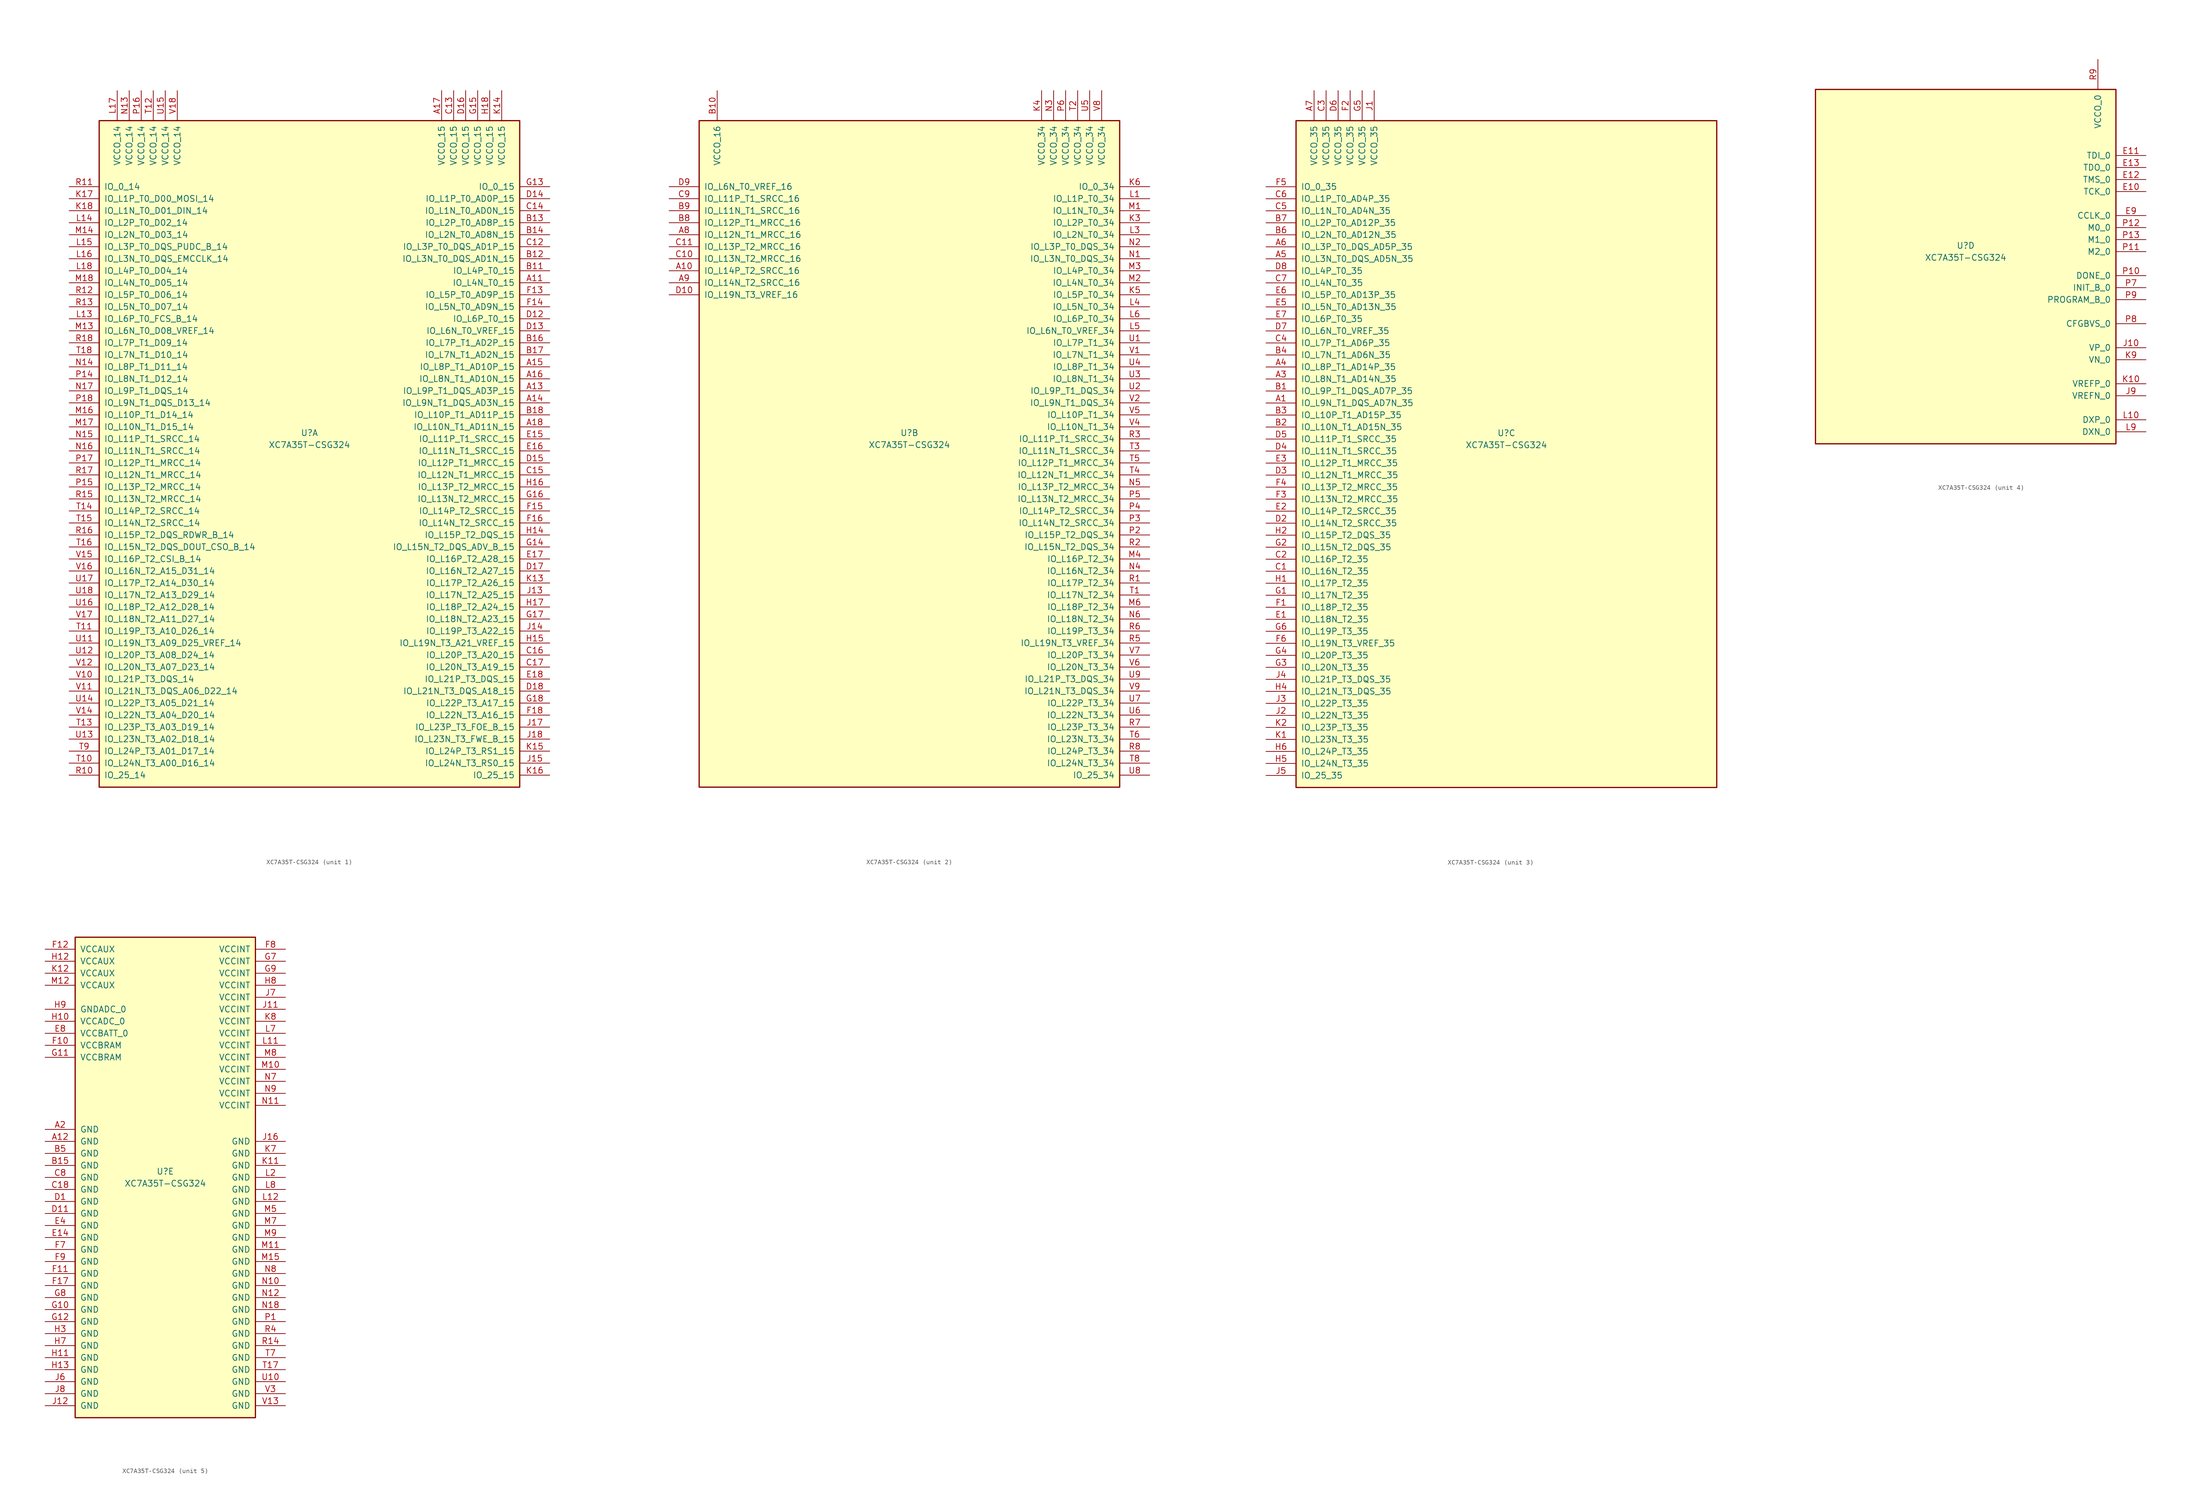
<source format=kicad_sym>
(kicad_symbol_lib
  (version 20231120)
  (generator "kicad_symbol_editor")
  (generator_version "8.0")
  (symbol "XC7A35T-CSG324"
    (pin_names
      (offset 1.016))
    (property "Reference" "U"
      (at 0 1.27 0)
      (effects (font (size 1.27 1.27))))
    (property "Value" "XC7A35T-CSG324"
      (at 0 -1.27 0)
      (effects (font (size 1.27 1.27))))
    (property "Datasheet" ""
      (at 0 0 0)
      (effects (font (size 1.27 1.27))))
    (property "ki_locked" ""
      (at 0 0 0)
      (effects (font (size 1.27 1.27))))
    (symbol "XC7A35T-CSG324_1_1"
      (rectangle (start -44.45 67.31) (end 44.45 -73.66) (stroke (width 0.254) (type solid)) (fill (type background)))
      (pin bidirectional line (at 50.8 33.02 180) (length 6.35) (name "IO_L4N_T0_15" (effects (font (size 1.27 1.27)))) (number "A11" (effects (font (size 1.27 1.27)))))
      (pin bidirectional line (at 50.8 10.16 180) (length 6.35) (name "IO_L9P_T1_DQS_AD3P_15" (effects (font (size 1.27 1.27)))) (number "A13" (effects (font (size 1.27 1.27)))))
      (pin bidirectional line (at 50.8 7.62 180) (length 6.35) (name "IO_L9N_T1_DQS_AD3N_15" (effects (font (size 1.27 1.27)))) (number "A14" (effects (font (size 1.27 1.27)))))
      (pin bidirectional line (at 50.8 15.24 180) (length 6.35) (name "IO_L8P_T1_AD10P_15" (effects (font (size 1.27 1.27)))) (number "A15" (effects (font (size 1.27 1.27)))))
      (pin bidirectional line (at 50.8 12.7 180) (length 6.35) (name "IO_L8N_T1_AD10N_15" (effects (font (size 1.27 1.27)))) (number "A16" (effects (font (size 1.27 1.27)))))
      (pin power_in line (at 27.94 73.66 270) (length 6.35) (name "VCCO_15" (effects (font (size 1.27 1.27)))) (number "A17" (effects (font (size 1.27 1.27)))))
      (pin bidirectional line (at 50.8 2.54 180) (length 6.35) (name "IO_L10N_T1_AD11N_15" (effects (font (size 1.27 1.27)))) (number "A18" (effects (font (size 1.27 1.27)))))
      (pin bidirectional line (at 50.8 35.56 180) (length 6.35) (name "IO_L4P_T0_15" (effects (font (size 1.27 1.27)))) (number "B11" (effects (font (size 1.27 1.27)))))
      (pin bidirectional line (at 50.8 38.1 180) (length 6.35) (name "IO_L3N_T0_DQS_AD1N_15" (effects (font (size 1.27 1.27)))) (number "B12" (effects (font (size 1.27 1.27)))))
      (pin bidirectional line (at 50.8 45.72 180) (length 6.35) (name "IO_L2P_T0_AD8P_15" (effects (font (size 1.27 1.27)))) (number "B13" (effects (font (size 1.27 1.27)))))
      (pin bidirectional line (at 50.8 43.18 180) (length 6.35) (name "IO_L2N_T0_AD8N_15" (effects (font (size 1.27 1.27)))) (number "B14" (effects (font (size 1.27 1.27)))))
      (pin bidirectional line (at 50.8 20.32 180) (length 6.35) (name "IO_L7P_T1_AD2P_15" (effects (font (size 1.27 1.27)))) (number "B16" (effects (font (size 1.27 1.27)))))
      (pin bidirectional line (at 50.8 17.78 180) (length 6.35) (name "IO_L7N_T1_AD2N_15" (effects (font (size 1.27 1.27)))) (number "B17" (effects (font (size 1.27 1.27)))))
      (pin bidirectional line (at 50.8 5.08 180) (length 6.35) (name "IO_L10P_T1_AD11P_15" (effects (font (size 1.27 1.27)))) (number "B18" (effects (font (size 1.27 1.27)))))
      (pin bidirectional line (at 50.8 40.64 180) (length 6.35) (name "IO_L3P_T0_DQS_AD1P_15" (effects (font (size 1.27 1.27)))) (number "C12" (effects (font (size 1.27 1.27)))))
      (pin power_in line (at 30.48 73.66 270) (length 6.35) (name "VCCO_15" (effects (font (size 1.27 1.27)))) (number "C13" (effects (font (size 1.27 1.27)))))
      (pin bidirectional line (at 50.8 48.26 180) (length 6.35) (name "IO_L1N_T0_AD0N_15" (effects (font (size 1.27 1.27)))) (number "C14" (effects (font (size 1.27 1.27)))))
      (pin bidirectional line (at 50.8 -7.62 180) (length 6.35) (name "IO_L12N_T1_MRCC_15" (effects (font (size 1.27 1.27)))) (number "C15" (effects (font (size 1.27 1.27)))))
      (pin bidirectional line (at 50.8 -45.72 180) (length 6.35) (name "IO_L20P_T3_A20_15" (effects (font (size 1.27 1.27)))) (number "C16" (effects (font (size 1.27 1.27)))))
      (pin bidirectional line (at 50.8 -48.26 180) (length 6.35) (name "IO_L20N_T3_A19_15" (effects (font (size 1.27 1.27)))) (number "C17" (effects (font (size 1.27 1.27)))))
      (pin bidirectional line (at 50.8 25.4 180) (length 6.35) (name "IO_L6P_T0_15" (effects (font (size 1.27 1.27)))) (number "D12" (effects (font (size 1.27 1.27)))))
      (pin bidirectional line (at 50.8 22.86 180) (length 6.35) (name "IO_L6N_T0_VREF_15" (effects (font (size 1.27 1.27)))) (number "D13" (effects (font (size 1.27 1.27)))))
      (pin bidirectional line (at 50.8 50.8 180) (length 6.35) (name "IO_L1P_T0_AD0P_15" (effects (font (size 1.27 1.27)))) (number "D14" (effects (font (size 1.27 1.27)))))
      (pin bidirectional line (at 50.8 -5.08 180) (length 6.35) (name "IO_L12P_T1_MRCC_15" (effects (font (size 1.27 1.27)))) (number "D15" (effects (font (size 1.27 1.27)))))
      (pin power_in line (at 33.02 73.66 270) (length 6.35) (name "VCCO_15" (effects (font (size 1.27 1.27)))) (number "D16" (effects (font (size 1.27 1.27)))))
      (pin bidirectional line (at 50.8 -27.94 180) (length 6.35) (name "IO_L16N_T2_A27_15" (effects (font (size 1.27 1.27)))) (number "D17" (effects (font (size 1.27 1.27)))))
      (pin bidirectional line (at 50.8 -53.34 180) (length 6.35) (name "IO_L21N_T3_DQS_A18_15" (effects (font (size 1.27 1.27)))) (number "D18" (effects (font (size 1.27 1.27)))))
      (pin bidirectional line (at 50.8 0 180) (length 6.35) (name "IO_L11P_T1_SRCC_15" (effects (font (size 1.27 1.27)))) (number "E15" (effects (font (size 1.27 1.27)))))
      (pin bidirectional line (at 50.8 -2.54 180) (length 6.35) (name "IO_L11N_T1_SRCC_15" (effects (font (size 1.27 1.27)))) (number "E16" (effects (font (size 1.27 1.27)))))
      (pin bidirectional line (at 50.8 -25.4 180) (length 6.35) (name "IO_L16P_T2_A28_15" (effects (font (size 1.27 1.27)))) (number "E17" (effects (font (size 1.27 1.27)))))
      (pin bidirectional line (at 50.8 -50.8 180) (length 6.35) (name "IO_L21P_T3_DQS_15" (effects (font (size 1.27 1.27)))) (number "E18" (effects (font (size 1.27 1.27)))))
      (pin bidirectional line (at 50.8 30.48 180) (length 6.35) (name "IO_L5P_T0_AD9P_15" (effects (font (size 1.27 1.27)))) (number "F13" (effects (font (size 1.27 1.27)))))
      (pin bidirectional line (at 50.8 27.94 180) (length 6.35) (name "IO_L5N_T0_AD9N_15" (effects (font (size 1.27 1.27)))) (number "F14" (effects (font (size 1.27 1.27)))))
      (pin bidirectional line (at 50.8 -15.24 180) (length 6.35) (name "IO_L14P_T2_SRCC_15" (effects (font (size 1.27 1.27)))) (number "F15" (effects (font (size 1.27 1.27)))))
      (pin bidirectional line (at 50.8 -17.78 180) (length 6.35) (name "IO_L14N_T2_SRCC_15" (effects (font (size 1.27 1.27)))) (number "F16" (effects (font (size 1.27 1.27)))))
      (pin bidirectional line (at 50.8 -58.42 180) (length 6.35) (name "IO_L22N_T3_A16_15" (effects (font (size 1.27 1.27)))) (number "F18" (effects (font (size 1.27 1.27)))))
      (pin bidirectional line (at 50.8 53.34 180) (length 6.35) (name "IO_0_15" (effects (font (size 1.27 1.27)))) (number "G13" (effects (font (size 1.27 1.27)))))
      (pin bidirectional line (at 50.8 -22.86 180) (length 6.35) (name "IO_L15N_T2_DQS_ADV_B_15" (effects (font (size 1.27 1.27)))) (number "G14" (effects (font (size 1.27 1.27)))))
      (pin power_in line (at 35.56 73.66 270) (length 6.35) (name "VCCO_15" (effects (font (size 1.27 1.27)))) (number "G15" (effects (font (size 1.27 1.27)))))
      (pin bidirectional line (at 50.8 -12.7 180) (length 6.35) (name "IO_L13N_T2_MRCC_15" (effects (font (size 1.27 1.27)))) (number "G16" (effects (font (size 1.27 1.27)))))
      (pin bidirectional line (at 50.8 -38.1 180) (length 6.35) (name "IO_L18N_T2_A23_15" (effects (font (size 1.27 1.27)))) (number "G17" (effects (font (size 1.27 1.27)))))
      (pin bidirectional line (at 50.8 -55.88 180) (length 6.35) (name "IO_L22P_T3_A17_15" (effects (font (size 1.27 1.27)))) (number "G18" (effects (font (size 1.27 1.27)))))
      (pin bidirectional line (at 50.8 -20.32 180) (length 6.35) (name "IO_L15P_T2_DQS_15" (effects (font (size 1.27 1.27)))) (number "H14" (effects (font (size 1.27 1.27)))))
      (pin bidirectional line (at 50.8 -43.18 180) (length 6.35) (name "IO_L19N_T3_A21_VREF_15" (effects (font (size 1.27 1.27)))) (number "H15" (effects (font (size 1.27 1.27)))))
      (pin bidirectional line (at 50.8 -10.16 180) (length 6.35) (name "IO_L13P_T2_MRCC_15" (effects (font (size 1.27 1.27)))) (number "H16" (effects (font (size 1.27 1.27)))))
      (pin bidirectional line (at 50.8 -35.56 180) (length 6.35) (name "IO_L18P_T2_A24_15" (effects (font (size 1.27 1.27)))) (number "H17" (effects (font (size 1.27 1.27)))))
      (pin power_in line (at 38.1 73.66 270) (length 6.35) (name "VCCO_15" (effects (font (size 1.27 1.27)))) (number "H18" (effects (font (size 1.27 1.27)))))
      (pin bidirectional line (at 50.8 -33.02 180) (length 6.35) (name "IO_L17N_T2_A25_15" (effects (font (size 1.27 1.27)))) (number "J13" (effects (font (size 1.27 1.27)))))
      (pin bidirectional line (at 50.8 -40.64 180) (length 6.35) (name "IO_L19P_T3_A22_15" (effects (font (size 1.27 1.27)))) (number "J14" (effects (font (size 1.27 1.27)))))
      (pin bidirectional line (at 50.8 -68.58 180) (length 6.35) (name "IO_L24N_T3_RS0_15" (effects (font (size 1.27 1.27)))) (number "J15" (effects (font (size 1.27 1.27)))))
      (pin bidirectional line (at 50.8 -60.96 180) (length 6.35) (name "IO_L23P_T3_FOE_B_15" (effects (font (size 1.27 1.27)))) (number "J17" (effects (font (size 1.27 1.27)))))
      (pin bidirectional line (at 50.8 -63.5 180) (length 6.35) (name "IO_L23N_T3_FWE_B_15" (effects (font (size 1.27 1.27)))) (number "J18" (effects (font (size 1.27 1.27)))))
      (pin bidirectional line (at 50.8 -30.48 180) (length 6.35) (name "IO_L17P_T2_A26_15" (effects (font (size 1.27 1.27)))) (number "K13" (effects (font (size 1.27 1.27)))))
      (pin power_in line (at 40.64 73.66 270) (length 6.35) (name "VCCO_15" (effects (font (size 1.27 1.27)))) (number "K14" (effects (font (size 1.27 1.27)))))
      (pin bidirectional line (at 50.8 -66.04 180) (length 6.35) (name "IO_L24P_T3_RS1_15" (effects (font (size 1.27 1.27)))) (number "K15" (effects (font (size 1.27 1.27)))))
      (pin bidirectional line (at 50.8 -71.12 180) (length 6.35) (name "IO_25_15" (effects (font (size 1.27 1.27)))) (number "K16" (effects (font (size 1.27 1.27)))))
      (pin bidirectional line (at -50.8 50.8 0) (length 6.35) (name "IO_L1P_T0_D00_MOSI_14" (effects (font (size 1.27 1.27)))) (number "K17" (effects (font (size 1.27 1.27)))))
      (pin bidirectional line (at -50.8 48.26 0) (length 6.35) (name "IO_L1N_T0_D01_DIN_14" (effects (font (size 1.27 1.27)))) (number "K18" (effects (font (size 1.27 1.27)))))
      (pin bidirectional line (at -50.8 25.4 0) (length 6.35) (name "IO_L6P_T0_FCS_B_14" (effects (font (size 1.27 1.27)))) (number "L13" (effects (font (size 1.27 1.27)))))
      (pin bidirectional line (at -50.8 45.72 0) (length 6.35) (name "IO_L2P_T0_D02_14" (effects (font (size 1.27 1.27)))) (number "L14" (effects (font (size 1.27 1.27)))))
      (pin bidirectional line (at -50.8 40.64 0) (length 6.35) (name "IO_L3P_T0_DQS_PUDC_B_14" (effects (font (size 1.27 1.27)))) (number "L15" (effects (font (size 1.27 1.27)))))
      (pin bidirectional line (at -50.8 38.1 0) (length 6.35) (name "IO_L3N_T0_DQS_EMCCLK_14" (effects (font (size 1.27 1.27)))) (number "L16" (effects (font (size 1.27 1.27)))))
      (pin power_in line (at -40.64 73.66 270) (length 6.35) (name "VCCO_14" (effects (font (size 1.27 1.27)))) (number "L17" (effects (font (size 1.27 1.27)))))
      (pin bidirectional line (at -50.8 35.56 0) (length 6.35) (name "IO_L4P_T0_D04_14" (effects (font (size 1.27 1.27)))) (number "L18" (effects (font (size 1.27 1.27)))))
      (pin bidirectional line (at -50.8 22.86 0) (length 6.35) (name "IO_L6N_T0_D08_VREF_14" (effects (font (size 1.27 1.27)))) (number "M13" (effects (font (size 1.27 1.27)))))
      (pin bidirectional line (at -50.8 43.18 0) (length 6.35) (name "IO_L2N_T0_D03_14" (effects (font (size 1.27 1.27)))) (number "M14" (effects (font (size 1.27 1.27)))))
      (pin bidirectional line (at -50.8 5.08 0) (length 6.35) (name "IO_L10P_T1_D14_14" (effects (font (size 1.27 1.27)))) (number "M16" (effects (font (size 1.27 1.27)))))
      (pin bidirectional line (at -50.8 2.54 0) (length 6.35) (name "IO_L10N_T1_D15_14" (effects (font (size 1.27 1.27)))) (number "M17" (effects (font (size 1.27 1.27)))))
      (pin bidirectional line (at -50.8 33.02 0) (length 6.35) (name "IO_L4N_T0_D05_14" (effects (font (size 1.27 1.27)))) (number "M18" (effects (font (size 1.27 1.27)))))
      (pin power_in line (at -38.1 73.66 270) (length 6.35) (name "VCCO_14" (effects (font (size 1.27 1.27)))) (number "N13" (effects (font (size 1.27 1.27)))))
      (pin bidirectional line (at -50.8 15.24 0) (length 6.35) (name "IO_L8P_T1_D11_14" (effects (font (size 1.27 1.27)))) (number "N14" (effects (font (size 1.27 1.27)))))
      (pin bidirectional line (at -50.8 0 0) (length 6.35) (name "IO_L11P_T1_SRCC_14" (effects (font (size 1.27 1.27)))) (number "N15" (effects (font (size 1.27 1.27)))))
      (pin bidirectional line (at -50.8 -2.54 0) (length 6.35) (name "IO_L11N_T1_SRCC_14" (effects (font (size 1.27 1.27)))) (number "N16" (effects (font (size 1.27 1.27)))))
      (pin bidirectional line (at -50.8 10.16 0) (length 6.35) (name "IO_L9P_T1_DQS_14" (effects (font (size 1.27 1.27)))) (number "N17" (effects (font (size 1.27 1.27)))))
      (pin bidirectional line (at -50.8 12.7 0) (length 6.35) (name "IO_L8N_T1_D12_14" (effects (font (size 1.27 1.27)))) (number "P14" (effects (font (size 1.27 1.27)))))
      (pin bidirectional line (at -50.8 -10.16 0) (length 6.35) (name "IO_L13P_T2_MRCC_14" (effects (font (size 1.27 1.27)))) (number "P15" (effects (font (size 1.27 1.27)))))
      (pin power_in line (at -35.56 73.66 270) (length 6.35) (name "VCCO_14" (effects (font (size 1.27 1.27)))) (number "P16" (effects (font (size 1.27 1.27)))))
      (pin bidirectional line (at -50.8 -5.08 0) (length 6.35) (name "IO_L12P_T1_MRCC_14" (effects (font (size 1.27 1.27)))) (number "P17" (effects (font (size 1.27 1.27)))))
      (pin bidirectional line (at -50.8 7.62 0) (length 6.35) (name "IO_L9N_T1_DQS_D13_14" (effects (font (size 1.27 1.27)))) (number "P18" (effects (font (size 1.27 1.27)))))
      (pin bidirectional line (at -50.8 -71.12 0) (length 6.35) (name "IO_25_14" (effects (font (size 1.27 1.27)))) (number "R10" (effects (font (size 1.27 1.27)))))
      (pin bidirectional line (at -50.8 53.34 0) (length 6.35) (name "IO_0_14" (effects (font (size 1.27 1.27)))) (number "R11" (effects (font (size 1.27 1.27)))))
      (pin bidirectional line (at -50.8 30.48 0) (length 6.35) (name "IO_L5P_T0_D06_14" (effects (font (size 1.27 1.27)))) (number "R12" (effects (font (size 1.27 1.27)))))
      (pin bidirectional line (at -50.8 27.94 0) (length 6.35) (name "IO_L5N_T0_D07_14" (effects (font (size 1.27 1.27)))) (number "R13" (effects (font (size 1.27 1.27)))))
      (pin bidirectional line (at -50.8 -12.7 0) (length 6.35) (name "IO_L13N_T2_MRCC_14" (effects (font (size 1.27 1.27)))) (number "R15" (effects (font (size 1.27 1.27)))))
      (pin bidirectional line (at -50.8 -20.32 0) (length 6.35) (name "IO_L15P_T2_DQS_RDWR_B_14" (effects (font (size 1.27 1.27)))) (number "R16" (effects (font (size 1.27 1.27)))))
      (pin bidirectional line (at -50.8 -7.62 0) (length 6.35) (name "IO_L12N_T1_MRCC_14" (effects (font (size 1.27 1.27)))) (number "R17" (effects (font (size 1.27 1.27)))))
      (pin bidirectional line (at -50.8 20.32 0) (length 6.35) (name "IO_L7P_T1_D09_14" (effects (font (size 1.27 1.27)))) (number "R18" (effects (font (size 1.27 1.27)))))
      (pin bidirectional line (at -50.8 -68.58 0) (length 6.35) (name "IO_L24N_T3_A00_D16_14" (effects (font (size 1.27 1.27)))) (number "T10" (effects (font (size 1.27 1.27)))))
      (pin bidirectional line (at -50.8 -40.64 0) (length 6.35) (name "IO_L19P_T3_A10_D26_14" (effects (font (size 1.27 1.27)))) (number "T11" (effects (font (size 1.27 1.27)))))
      (pin power_in line (at -33.02 73.66 270) (length 6.35) (name "VCCO_14" (effects (font (size 1.27 1.27)))) (number "T12" (effects (font (size 1.27 1.27)))))
      (pin bidirectional line (at -50.8 -60.96 0) (length 6.35) (name "IO_L23P_T3_A03_D19_14" (effects (font (size 1.27 1.27)))) (number "T13" (effects (font (size 1.27 1.27)))))
      (pin bidirectional line (at -50.8 -15.24 0) (length 6.35) (name "IO_L14P_T2_SRCC_14" (effects (font (size 1.27 1.27)))) (number "T14" (effects (font (size 1.27 1.27)))))
      (pin bidirectional line (at -50.8 -17.78 0) (length 6.35) (name "IO_L14N_T2_SRCC_14" (effects (font (size 1.27 1.27)))) (number "T15" (effects (font (size 1.27 1.27)))))
      (pin bidirectional line (at -50.8 -22.86 0) (length 6.35) (name "IO_L15N_T2_DQS_DOUT_CSO_B_14" (effects (font (size 1.27 1.27)))) (number "T16" (effects (font (size 1.27 1.27)))))
      (pin bidirectional line (at -50.8 17.78 0) (length 6.35) (name "IO_L7N_T1_D10_14" (effects (font (size 1.27 1.27)))) (number "T18" (effects (font (size 1.27 1.27)))))
      (pin bidirectional line (at -50.8 -66.04 0) (length 6.35) (name "IO_L24P_T3_A01_D17_14" (effects (font (size 1.27 1.27)))) (number "T9" (effects (font (size 1.27 1.27)))))
      (pin bidirectional line (at -50.8 -43.18 0) (length 6.35) (name "IO_L19N_T3_A09_D25_VREF_14" (effects (font (size 1.27 1.27)))) (number "U11" (effects (font (size 1.27 1.27)))))
      (pin bidirectional line (at -50.8 -45.72 0) (length 6.35) (name "IO_L20P_T3_A08_D24_14" (effects (font (size 1.27 1.27)))) (number "U12" (effects (font (size 1.27 1.27)))))
      (pin bidirectional line (at -50.8 -63.5 0) (length 6.35) (name "IO_L23N_T3_A02_D18_14" (effects (font (size 1.27 1.27)))) (number "U13" (effects (font (size 1.27 1.27)))))
      (pin bidirectional line (at -50.8 -55.88 0) (length 6.35) (name "IO_L22P_T3_A05_D21_14" (effects (font (size 1.27 1.27)))) (number "U14" (effects (font (size 1.27 1.27)))))
      (pin power_in line (at -30.48 73.66 270) (length 6.35) (name "VCCO_14" (effects (font (size 1.27 1.27)))) (number "U15" (effects (font (size 1.27 1.27)))))
      (pin bidirectional line (at -50.8 -35.56 0) (length 6.35) (name "IO_L18P_T2_A12_D28_14" (effects (font (size 1.27 1.27)))) (number "U16" (effects (font (size 1.27 1.27)))))
      (pin bidirectional line (at -50.8 -30.48 0) (length 6.35) (name "IO_L17P_T2_A14_D30_14" (effects (font (size 1.27 1.27)))) (number "U17" (effects (font (size 1.27 1.27)))))
      (pin bidirectional line (at -50.8 -33.02 0) (length 6.35) (name "IO_L17N_T2_A13_D29_14" (effects (font (size 1.27 1.27)))) (number "U18" (effects (font (size 1.27 1.27)))))
      (pin bidirectional line (at -50.8 -50.8 0) (length 6.35) (name "IO_L21P_T3_DQS_14" (effects (font (size 1.27 1.27)))) (number "V10" (effects (font (size 1.27 1.27)))))
      (pin bidirectional line (at -50.8 -53.34 0) (length 6.35) (name "IO_L21N_T3_DQS_A06_D22_14" (effects (font (size 1.27 1.27)))) (number "V11" (effects (font (size 1.27 1.27)))))
      (pin bidirectional line (at -50.8 -48.26 0) (length 6.35) (name "IO_L20N_T3_A07_D23_14" (effects (font (size 1.27 1.27)))) (number "V12" (effects (font (size 1.27 1.27)))))
      (pin bidirectional line (at -50.8 -58.42 0) (length 6.35) (name "IO_L22N_T3_A04_D20_14" (effects (font (size 1.27 1.27)))) (number "V14" (effects (font (size 1.27 1.27)))))
      (pin bidirectional line (at -50.8 -25.4 0) (length 6.35) (name "IO_L16P_T2_CSI_B_14" (effects (font (size 1.27 1.27)))) (number "V15" (effects (font (size 1.27 1.27)))))
      (pin bidirectional line (at -50.8 -27.94 0) (length 6.35) (name "IO_L16N_T2_A15_D31_14" (effects (font (size 1.27 1.27)))) (number "V16" (effects (font (size 1.27 1.27)))))
      (pin bidirectional line (at -50.8 -38.1 0) (length 6.35) (name "IO_L18N_T2_A11_D27_14" (effects (font (size 1.27 1.27)))) (number "V17" (effects (font (size 1.27 1.27)))))
      (pin power_in line (at -27.94 73.66 270) (length 6.35) (name "VCCO_14" (effects (font (size 1.27 1.27)))) (number "V18" (effects (font (size 1.27 1.27))))))
    (symbol "XC7A35T-CSG324_2_1"
      (rectangle (start -44.45 67.31) (end 44.45 -73.66) (stroke (width 0.254) (type solid)) (fill (type background)))
      (pin bidirectional line (at -50.8 35.56 0) (length 6.35) (name "IO_L14P_T2_SRCC_16" (effects (font (size 1.27 1.27)))) (number "A10" (effects (font (size 1.27 1.27)))))
      (pin bidirectional line (at -50.8 43.18 0) (length 6.35) (name "IO_L12N_T1_MRCC_16" (effects (font (size 1.27 1.27)))) (number "A8" (effects (font (size 1.27 1.27)))))
      (pin bidirectional line (at -50.8 33.02 0) (length 6.35) (name "IO_L14N_T2_SRCC_16" (effects (font (size 1.27 1.27)))) (number "A9" (effects (font (size 1.27 1.27)))))
      (pin power_in line (at -40.64 73.66 270) (length 6.35) (name "VCCO_16" (effects (font (size 1.27 1.27)))) (number "B10" (effects (font (size 1.27 1.27)))))
      (pin bidirectional line (at -50.8 45.72 0) (length 6.35) (name "IO_L12P_T1_MRCC_16" (effects (font (size 1.27 1.27)))) (number "B8" (effects (font (size 1.27 1.27)))))
      (pin bidirectional line (at -50.8 48.26 0) (length 6.35) (name "IO_L11N_T1_SRCC_16" (effects (font (size 1.27 1.27)))) (number "B9" (effects (font (size 1.27 1.27)))))
      (pin bidirectional line (at -50.8 38.1 0) (length 6.35) (name "IO_L13N_T2_MRCC_16" (effects (font (size 1.27 1.27)))) (number "C10" (effects (font (size 1.27 1.27)))))
      (pin bidirectional line (at -50.8 40.64 0) (length 6.35) (name "IO_L13P_T2_MRCC_16" (effects (font (size 1.27 1.27)))) (number "C11" (effects (font (size 1.27 1.27)))))
      (pin bidirectional line (at -50.8 50.8 0) (length 6.35) (name "IO_L11P_T1_SRCC_16" (effects (font (size 1.27 1.27)))) (number "C9" (effects (font (size 1.27 1.27)))))
      (pin bidirectional line (at -50.8 30.48 0) (length 6.35) (name "IO_L19N_T3_VREF_16" (effects (font (size 1.27 1.27)))) (number "D10" (effects (font (size 1.27 1.27)))))
      (pin bidirectional line (at -50.8 53.34 0) (length 6.35) (name "IO_L6N_T0_VREF_16" (effects (font (size 1.27 1.27)))) (number "D9" (effects (font (size 1.27 1.27)))))
      (pin bidirectional line (at 50.8 45.72 180) (length 6.35) (name "IO_L2P_T0_34" (effects (font (size 1.27 1.27)))) (number "K3" (effects (font (size 1.27 1.27)))))
      (pin power_in line (at 27.94 73.66 270) (length 6.35) (name "VCCO_34" (effects (font (size 1.27 1.27)))) (number "K4" (effects (font (size 1.27 1.27)))))
      (pin bidirectional line (at 50.8 30.48 180) (length 6.35) (name "IO_L5P_T0_34" (effects (font (size 1.27 1.27)))) (number "K5" (effects (font (size 1.27 1.27)))))
      (pin bidirectional line (at 50.8 53.34 180) (length 6.35) (name "IO_0_34" (effects (font (size 1.27 1.27)))) (number "K6" (effects (font (size 1.27 1.27)))))
      (pin bidirectional line (at 50.8 50.8 180) (length 6.35) (name "IO_L1P_T0_34" (effects (font (size 1.27 1.27)))) (number "L1" (effects (font (size 1.27 1.27)))))
      (pin bidirectional line (at 50.8 43.18 180) (length 6.35) (name "IO_L2N_T0_34" (effects (font (size 1.27 1.27)))) (number "L3" (effects (font (size 1.27 1.27)))))
      (pin bidirectional line (at 50.8 27.94 180) (length 6.35) (name "IO_L5N_T0_34" (effects (font (size 1.27 1.27)))) (number "L4" (effects (font (size 1.27 1.27)))))
      (pin bidirectional line (at 50.8 22.86 180) (length 6.35) (name "IO_L6N_T0_VREF_34" (effects (font (size 1.27 1.27)))) (number "L5" (effects (font (size 1.27 1.27)))))
      (pin bidirectional line (at 50.8 25.4 180) (length 6.35) (name "IO_L6P_T0_34" (effects (font (size 1.27 1.27)))) (number "L6" (effects (font (size 1.27 1.27)))))
      (pin bidirectional line (at 50.8 48.26 180) (length 6.35) (name "IO_L1N_T0_34" (effects (font (size 1.27 1.27)))) (number "M1" (effects (font (size 1.27 1.27)))))
      (pin bidirectional line (at 50.8 33.02 180) (length 6.35) (name "IO_L4N_T0_34" (effects (font (size 1.27 1.27)))) (number "M2" (effects (font (size 1.27 1.27)))))
      (pin bidirectional line (at 50.8 35.56 180) (length 6.35) (name "IO_L4P_T0_34" (effects (font (size 1.27 1.27)))) (number "M3" (effects (font (size 1.27 1.27)))))
      (pin bidirectional line (at 50.8 -25.4 180) (length 6.35) (name "IO_L16P_T2_34" (effects (font (size 1.27 1.27)))) (number "M4" (effects (font (size 1.27 1.27)))))
      (pin bidirectional line (at 50.8 -35.56 180) (length 6.35) (name "IO_L18P_T2_34" (effects (font (size 1.27 1.27)))) (number "M6" (effects (font (size 1.27 1.27)))))
      (pin bidirectional line (at 50.8 38.1 180) (length 6.35) (name "IO_L3N_T0_DQS_34" (effects (font (size 1.27 1.27)))) (number "N1" (effects (font (size 1.27 1.27)))))
      (pin bidirectional line (at 50.8 40.64 180) (length 6.35) (name "IO_L3P_T0_DQS_34" (effects (font (size 1.27 1.27)))) (number "N2" (effects (font (size 1.27 1.27)))))
      (pin power_in line (at 30.48 73.66 270) (length 6.35) (name "VCCO_34" (effects (font (size 1.27 1.27)))) (number "N3" (effects (font (size 1.27 1.27)))))
      (pin bidirectional line (at 50.8 -27.94 180) (length 6.35) (name "IO_L16N_T2_34" (effects (font (size 1.27 1.27)))) (number "N4" (effects (font (size 1.27 1.27)))))
      (pin bidirectional line (at 50.8 -10.16 180) (length 6.35) (name "IO_L13P_T2_MRCC_34" (effects (font (size 1.27 1.27)))) (number "N5" (effects (font (size 1.27 1.27)))))
      (pin bidirectional line (at 50.8 -38.1 180) (length 6.35) (name "IO_L18N_T2_34" (effects (font (size 1.27 1.27)))) (number "N6" (effects (font (size 1.27 1.27)))))
      (pin bidirectional line (at 50.8 -20.32 180) (length 6.35) (name "IO_L15P_T2_DQS_34" (effects (font (size 1.27 1.27)))) (number "P2" (effects (font (size 1.27 1.27)))))
      (pin bidirectional line (at 50.8 -17.78 180) (length 6.35) (name "IO_L14N_T2_SRCC_34" (effects (font (size 1.27 1.27)))) (number "P3" (effects (font (size 1.27 1.27)))))
      (pin bidirectional line (at 50.8 -15.24 180) (length 6.35) (name "IO_L14P_T2_SRCC_34" (effects (font (size 1.27 1.27)))) (number "P4" (effects (font (size 1.27 1.27)))))
      (pin bidirectional line (at 50.8 -12.7 180) (length 6.35) (name "IO_L13N_T2_MRCC_34" (effects (font (size 1.27 1.27)))) (number "P5" (effects (font (size 1.27 1.27)))))
      (pin power_in line (at 33.02 73.66 270) (length 6.35) (name "VCCO_34" (effects (font (size 1.27 1.27)))) (number "P6" (effects (font (size 1.27 1.27)))))
      (pin bidirectional line (at 50.8 -30.48 180) (length 6.35) (name "IO_L17P_T2_34" (effects (font (size 1.27 1.27)))) (number "R1" (effects (font (size 1.27 1.27)))))
      (pin bidirectional line (at 50.8 -22.86 180) (length 6.35) (name "IO_L15N_T2_DQS_34" (effects (font (size 1.27 1.27)))) (number "R2" (effects (font (size 1.27 1.27)))))
      (pin bidirectional line (at 50.8 0 180) (length 6.35) (name "IO_L11P_T1_SRCC_34" (effects (font (size 1.27 1.27)))) (number "R3" (effects (font (size 1.27 1.27)))))
      (pin bidirectional line (at 50.8 -43.18 180) (length 6.35) (name "IO_L19N_T3_VREF_34" (effects (font (size 1.27 1.27)))) (number "R5" (effects (font (size 1.27 1.27)))))
      (pin bidirectional line (at 50.8 -40.64 180) (length 6.35) (name "IO_L19P_T3_34" (effects (font (size 1.27 1.27)))) (number "R6" (effects (font (size 1.27 1.27)))))
      (pin bidirectional line (at 50.8 -60.96 180) (length 6.35) (name "IO_L23P_T3_34" (effects (font (size 1.27 1.27)))) (number "R7" (effects (font (size 1.27 1.27)))))
      (pin bidirectional line (at 50.8 -66.04 180) (length 6.35) (name "IO_L24P_T3_34" (effects (font (size 1.27 1.27)))) (number "R8" (effects (font (size 1.27 1.27)))))
      (pin bidirectional line (at 50.8 -33.02 180) (length 6.35) (name "IO_L17N_T2_34" (effects (font (size 1.27 1.27)))) (number "T1" (effects (font (size 1.27 1.27)))))
      (pin power_in line (at 35.56 73.66 270) (length 6.35) (name "VCCO_34" (effects (font (size 1.27 1.27)))) (number "T2" (effects (font (size 1.27 1.27)))))
      (pin bidirectional line (at 50.8 -2.54 180) (length 6.35) (name "IO_L11N_T1_SRCC_34" (effects (font (size 1.27 1.27)))) (number "T3" (effects (font (size 1.27 1.27)))))
      (pin bidirectional line (at 50.8 -7.62 180) (length 6.35) (name "IO_L12N_T1_MRCC_34" (effects (font (size 1.27 1.27)))) (number "T4" (effects (font (size 1.27 1.27)))))
      (pin bidirectional line (at 50.8 -5.08 180) (length 6.35) (name "IO_L12P_T1_MRCC_34" (effects (font (size 1.27 1.27)))) (number "T5" (effects (font (size 1.27 1.27)))))
      (pin bidirectional line (at 50.8 -63.5 180) (length 6.35) (name "IO_L23N_T3_34" (effects (font (size 1.27 1.27)))) (number "T6" (effects (font (size 1.27 1.27)))))
      (pin bidirectional line (at 50.8 -68.58 180) (length 6.35) (name "IO_L24N_T3_34" (effects (font (size 1.27 1.27)))) (number "T8" (effects (font (size 1.27 1.27)))))
      (pin bidirectional line (at 50.8 20.32 180) (length 6.35) (name "IO_L7P_T1_34" (effects (font (size 1.27 1.27)))) (number "U1" (effects (font (size 1.27 1.27)))))
      (pin bidirectional line (at 50.8 10.16 180) (length 6.35) (name "IO_L9P_T1_DQS_34" (effects (font (size 1.27 1.27)))) (number "U2" (effects (font (size 1.27 1.27)))))
      (pin bidirectional line (at 50.8 12.7 180) (length 6.35) (name "IO_L8N_T1_34" (effects (font (size 1.27 1.27)))) (number "U3" (effects (font (size 1.27 1.27)))))
      (pin bidirectional line (at 50.8 15.24 180) (length 6.35) (name "IO_L8P_T1_34" (effects (font (size 1.27 1.27)))) (number "U4" (effects (font (size 1.27 1.27)))))
      (pin power_in line (at 38.1 73.66 270) (length 6.35) (name "VCCO_34" (effects (font (size 1.27 1.27)))) (number "U5" (effects (font (size 1.27 1.27)))))
      (pin bidirectional line (at 50.8 -58.42 180) (length 6.35) (name "IO_L22N_T3_34" (effects (font (size 1.27 1.27)))) (number "U6" (effects (font (size 1.27 1.27)))))
      (pin bidirectional line (at 50.8 -55.88 180) (length 6.35) (name "IO_L22P_T3_34" (effects (font (size 1.27 1.27)))) (number "U7" (effects (font (size 1.27 1.27)))))
      (pin bidirectional line (at 50.8 -71.12 180) (length 6.35) (name "IO_25_34" (effects (font (size 1.27 1.27)))) (number "U8" (effects (font (size 1.27 1.27)))))
      (pin bidirectional line (at 50.8 -50.8 180) (length 6.35) (name "IO_L21P_T3_DQS_34" (effects (font (size 1.27 1.27)))) (number "U9" (effects (font (size 1.27 1.27)))))
      (pin bidirectional line (at 50.8 17.78 180) (length 6.35) (name "IO_L7N_T1_34" (effects (font (size 1.27 1.27)))) (number "V1" (effects (font (size 1.27 1.27)))))
      (pin bidirectional line (at 50.8 7.62 180) (length 6.35) (name "IO_L9N_T1_DQS_34" (effects (font (size 1.27 1.27)))) (number "V2" (effects (font (size 1.27 1.27)))))
      (pin bidirectional line (at 50.8 2.54 180) (length 6.35) (name "IO_L10N_T1_34" (effects (font (size 1.27 1.27)))) (number "V4" (effects (font (size 1.27 1.27)))))
      (pin bidirectional line (at 50.8 5.08 180) (length 6.35) (name "IO_L10P_T1_34" (effects (font (size 1.27 1.27)))) (number "V5" (effects (font (size 1.27 1.27)))))
      (pin bidirectional line (at 50.8 -48.26 180) (length 6.35) (name "IO_L20N_T3_34" (effects (font (size 1.27 1.27)))) (number "V6" (effects (font (size 1.27 1.27)))))
      (pin bidirectional line (at 50.8 -45.72 180) (length 6.35) (name "IO_L20P_T3_34" (effects (font (size 1.27 1.27)))) (number "V7" (effects (font (size 1.27 1.27)))))
      (pin power_in line (at 40.64 73.66 270) (length 6.35) (name "VCCO_34" (effects (font (size 1.27 1.27)))) (number "V8" (effects (font (size 1.27 1.27)))))
      (pin bidirectional line (at 50.8 -53.34 180) (length 6.35) (name "IO_L21N_T3_DQS_34" (effects (font (size 1.27 1.27)))) (number "V9" (effects (font (size 1.27 1.27))))))
    (symbol "XC7A35T-CSG324_3_1"
      (rectangle (start -44.45 67.31) (end 44.45 -73.66) (stroke (width 0.254) (type solid)) (fill (type background)))
      (pin bidirectional line (at -50.8 7.62 0) (length 6.35) (name "IO_L9N_T1_DQS_AD7N_35" (effects (font (size 1.27 1.27)))) (number "A1" (effects (font (size 1.27 1.27)))))
      (pin bidirectional line (at -50.8 12.7 0) (length 6.35) (name "IO_L8N_T1_AD14N_35" (effects (font (size 1.27 1.27)))) (number "A3" (effects (font (size 1.27 1.27)))))
      (pin bidirectional line (at -50.8 15.24 0) (length 6.35) (name "IO_L8P_T1_AD14P_35" (effects (font (size 1.27 1.27)))) (number "A4" (effects (font (size 1.27 1.27)))))
      (pin bidirectional line (at -50.8 38.1 0) (length 6.35) (name "IO_L3N_T0_DQS_AD5N_35" (effects (font (size 1.27 1.27)))) (number "A5" (effects (font (size 1.27 1.27)))))
      (pin bidirectional line (at -50.8 40.64 0) (length 6.35) (name "IO_L3P_T0_DQS_AD5P_35" (effects (font (size 1.27 1.27)))) (number "A6" (effects (font (size 1.27 1.27)))))
      (pin power_in line (at -40.64 73.66 270) (length 6.35) (name "VCCO_35" (effects (font (size 1.27 1.27)))) (number "A7" (effects (font (size 1.27 1.27)))))
      (pin bidirectional line (at -50.8 10.16 0) (length 6.35) (name "IO_L9P_T1_DQS_AD7P_35" (effects (font (size 1.27 1.27)))) (number "B1" (effects (font (size 1.27 1.27)))))
      (pin bidirectional line (at -50.8 2.54 0) (length 6.35) (name "IO_L10N_T1_AD15N_35" (effects (font (size 1.27 1.27)))) (number "B2" (effects (font (size 1.27 1.27)))))
      (pin bidirectional line (at -50.8 5.08 0) (length 6.35) (name "IO_L10P_T1_AD15P_35" (effects (font (size 1.27 1.27)))) (number "B3" (effects (font (size 1.27 1.27)))))
      (pin bidirectional line (at -50.8 17.78 0) (length 6.35) (name "IO_L7N_T1_AD6N_35" (effects (font (size 1.27 1.27)))) (number "B4" (effects (font (size 1.27 1.27)))))
      (pin bidirectional line (at -50.8 43.18 0) (length 6.35) (name "IO_L2N_T0_AD12N_35" (effects (font (size 1.27 1.27)))) (number "B6" (effects (font (size 1.27 1.27)))))
      (pin bidirectional line (at -50.8 45.72 0) (length 6.35) (name "IO_L2P_T0_AD12P_35" (effects (font (size 1.27 1.27)))) (number "B7" (effects (font (size 1.27 1.27)))))
      (pin bidirectional line (at -50.8 -27.94 0) (length 6.35) (name "IO_L16N_T2_35" (effects (font (size 1.27 1.27)))) (number "C1" (effects (font (size 1.27 1.27)))))
      (pin bidirectional line (at -50.8 -25.4 0) (length 6.35) (name "IO_L16P_T2_35" (effects (font (size 1.27 1.27)))) (number "C2" (effects (font (size 1.27 1.27)))))
      (pin power_in line (at -38.1 73.66 270) (length 6.35) (name "VCCO_35" (effects (font (size 1.27 1.27)))) (number "C3" (effects (font (size 1.27 1.27)))))
      (pin bidirectional line (at -50.8 20.32 0) (length 6.35) (name "IO_L7P_T1_AD6P_35" (effects (font (size 1.27 1.27)))) (number "C4" (effects (font (size 1.27 1.27)))))
      (pin bidirectional line (at -50.8 48.26 0) (length 6.35) (name "IO_L1N_T0_AD4N_35" (effects (font (size 1.27 1.27)))) (number "C5" (effects (font (size 1.27 1.27)))))
      (pin bidirectional line (at -50.8 50.8 0) (length 6.35) (name "IO_L1P_T0_AD4P_35" (effects (font (size 1.27 1.27)))) (number "C6" (effects (font (size 1.27 1.27)))))
      (pin bidirectional line (at -50.8 33.02 0) (length 6.35) (name "IO_L4N_T0_35" (effects (font (size 1.27 1.27)))) (number "C7" (effects (font (size 1.27 1.27)))))
      (pin bidirectional line (at -50.8 -17.78 0) (length 6.35) (name "IO_L14N_T2_SRCC_35" (effects (font (size 1.27 1.27)))) (number "D2" (effects (font (size 1.27 1.27)))))
      (pin bidirectional line (at -50.8 -7.62 0) (length 6.35) (name "IO_L12N_T1_MRCC_35" (effects (font (size 1.27 1.27)))) (number "D3" (effects (font (size 1.27 1.27)))))
      (pin bidirectional line (at -50.8 -2.54 0) (length 6.35) (name "IO_L11N_T1_SRCC_35" (effects (font (size 1.27 1.27)))) (number "D4" (effects (font (size 1.27 1.27)))))
      (pin bidirectional line (at -50.8 0 0) (length 6.35) (name "IO_L11P_T1_SRCC_35" (effects (font (size 1.27 1.27)))) (number "D5" (effects (font (size 1.27 1.27)))))
      (pin power_in line (at -35.56 73.66 270) (length 6.35) (name "VCCO_35" (effects (font (size 1.27 1.27)))) (number "D6" (effects (font (size 1.27 1.27)))))
      (pin bidirectional line (at -50.8 22.86 0) (length 6.35) (name "IO_L6N_T0_VREF_35" (effects (font (size 1.27 1.27)))) (number "D7" (effects (font (size 1.27 1.27)))))
      (pin bidirectional line (at -50.8 35.56 0) (length 6.35) (name "IO_L4P_T0_35" (effects (font (size 1.27 1.27)))) (number "D8" (effects (font (size 1.27 1.27)))))
      (pin bidirectional line (at -50.8 -38.1 0) (length 6.35) (name "IO_L18N_T2_35" (effects (font (size 1.27 1.27)))) (number "E1" (effects (font (size 1.27 1.27)))))
      (pin bidirectional line (at -50.8 -15.24 0) (length 6.35) (name "IO_L14P_T2_SRCC_35" (effects (font (size 1.27 1.27)))) (number "E2" (effects (font (size 1.27 1.27)))))
      (pin bidirectional line (at -50.8 -5.08 0) (length 6.35) (name "IO_L12P_T1_MRCC_35" (effects (font (size 1.27 1.27)))) (number "E3" (effects (font (size 1.27 1.27)))))
      (pin bidirectional line (at -50.8 27.94 0) (length 6.35) (name "IO_L5N_T0_AD13N_35" (effects (font (size 1.27 1.27)))) (number "E5" (effects (font (size 1.27 1.27)))))
      (pin bidirectional line (at -50.8 30.48 0) (length 6.35) (name "IO_L5P_T0_AD13P_35" (effects (font (size 1.27 1.27)))) (number "E6" (effects (font (size 1.27 1.27)))))
      (pin bidirectional line (at -50.8 25.4 0) (length 6.35) (name "IO_L6P_T0_35" (effects (font (size 1.27 1.27)))) (number "E7" (effects (font (size 1.27 1.27)))))
      (pin bidirectional line (at -50.8 -35.56 0) (length 6.35) (name "IO_L18P_T2_35" (effects (font (size 1.27 1.27)))) (number "F1" (effects (font (size 1.27 1.27)))))
      (pin power_in line (at -33.02 73.66 270) (length 6.35) (name "VCCO_35" (effects (font (size 1.27 1.27)))) (number "F2" (effects (font (size 1.27 1.27)))))
      (pin bidirectional line (at -50.8 -12.7 0) (length 6.35) (name "IO_L13N_T2_MRCC_35" (effects (font (size 1.27 1.27)))) (number "F3" (effects (font (size 1.27 1.27)))))
      (pin bidirectional line (at -50.8 -10.16 0) (length 6.35) (name "IO_L13P_T2_MRCC_35" (effects (font (size 1.27 1.27)))) (number "F4" (effects (font (size 1.27 1.27)))))
      (pin bidirectional line (at -50.8 53.34 0) (length 6.35) (name "IO_0_35" (effects (font (size 1.27 1.27)))) (number "F5" (effects (font (size 1.27 1.27)))))
      (pin bidirectional line (at -50.8 -43.18 0) (length 6.35) (name "IO_L19N_T3_VREF_35" (effects (font (size 1.27 1.27)))) (number "F6" (effects (font (size 1.27 1.27)))))
      (pin bidirectional line (at -50.8 -33.02 0) (length 6.35) (name "IO_L17N_T2_35" (effects (font (size 1.27 1.27)))) (number "G1" (effects (font (size 1.27 1.27)))))
      (pin bidirectional line (at -50.8 -22.86 0) (length 6.35) (name "IO_L15N_T2_DQS_35" (effects (font (size 1.27 1.27)))) (number "G2" (effects (font (size 1.27 1.27)))))
      (pin bidirectional line (at -50.8 -48.26 0) (length 6.35) (name "IO_L20N_T3_35" (effects (font (size 1.27 1.27)))) (number "G3" (effects (font (size 1.27 1.27)))))
      (pin bidirectional line (at -50.8 -45.72 0) (length 6.35) (name "IO_L20P_T3_35" (effects (font (size 1.27 1.27)))) (number "G4" (effects (font (size 1.27 1.27)))))
      (pin power_in line (at -30.48 73.66 270) (length 6.35) (name "VCCO_35" (effects (font (size 1.27 1.27)))) (number "G5" (effects (font (size 1.27 1.27)))))
      (pin bidirectional line (at -50.8 -40.64 0) (length 6.35) (name "IO_L19P_T3_35" (effects (font (size 1.27 1.27)))) (number "G6" (effects (font (size 1.27 1.27)))))
      (pin bidirectional line (at -50.8 -30.48 0) (length 6.35) (name "IO_L17P_T2_35" (effects (font (size 1.27 1.27)))) (number "H1" (effects (font (size 1.27 1.27)))))
      (pin bidirectional line (at -50.8 -20.32 0) (length 6.35) (name "IO_L15P_T2_DQS_35" (effects (font (size 1.27 1.27)))) (number "H2" (effects (font (size 1.27 1.27)))))
      (pin bidirectional line (at -50.8 -53.34 0) (length 6.35) (name "IO_L21N_T3_DQS_35" (effects (font (size 1.27 1.27)))) (number "H4" (effects (font (size 1.27 1.27)))))
      (pin bidirectional line (at -50.8 -68.58 0) (length 6.35) (name "IO_L24N_T3_35" (effects (font (size 1.27 1.27)))) (number "H5" (effects (font (size 1.27 1.27)))))
      (pin bidirectional line (at -50.8 -66.04 0) (length 6.35) (name "IO_L24P_T3_35" (effects (font (size 1.27 1.27)))) (number "H6" (effects (font (size 1.27 1.27)))))
      (pin power_in line (at -27.94 73.66 270) (length 6.35) (name "VCCO_35" (effects (font (size 1.27 1.27)))) (number "J1" (effects (font (size 1.27 1.27)))))
      (pin bidirectional line (at -50.8 -58.42 0) (length 6.35) (name "IO_L22N_T3_35" (effects (font (size 1.27 1.27)))) (number "J2" (effects (font (size 1.27 1.27)))))
      (pin bidirectional line (at -50.8 -55.88 0) (length 6.35) (name "IO_L22P_T3_35" (effects (font (size 1.27 1.27)))) (number "J3" (effects (font (size 1.27 1.27)))))
      (pin bidirectional line (at -50.8 -50.8 0) (length 6.35) (name "IO_L21P_T3_DQS_35" (effects (font (size 1.27 1.27)))) (number "J4" (effects (font (size 1.27 1.27)))))
      (pin bidirectional line (at -50.8 -71.12 0) (length 6.35) (name "IO_25_35" (effects (font (size 1.27 1.27)))) (number "J5" (effects (font (size 1.27 1.27)))))
      (pin bidirectional line (at -50.8 -63.5 0) (length 6.35) (name "IO_L23N_T3_35" (effects (font (size 1.27 1.27)))) (number "K1" (effects (font (size 1.27 1.27)))))
      (pin bidirectional line (at -50.8 -60.96 0) (length 6.35) (name "IO_L23P_T3_35" (effects (font (size 1.27 1.27)))) (number "K2" (effects (font (size 1.27 1.27))))))
    (symbol "XC7A35T-CSG324_4_1"
      (rectangle (start -31.75 34.29) (end 31.75 -40.64) (stroke (width 0.254) (type solid)) (fill (type background)))
      (pin bidirectional line (at 38.1 12.7 180) (length 6.35) (name "TCK_0" (effects (font (size 1.27 1.27)))) (number "E10" (effects (font (size 1.27 1.27)))))
      (pin bidirectional line (at 38.1 20.32 180) (length 6.35) (name "TDI_0" (effects (font (size 1.27 1.27)))) (number "E11" (effects (font (size 1.27 1.27)))))
      (pin bidirectional line (at 38.1 15.24 180) (length 6.35) (name "TMS_0" (effects (font (size 1.27 1.27)))) (number "E12" (effects (font (size 1.27 1.27)))))
      (pin bidirectional line (at 38.1 17.78 180) (length 6.35) (name "TDO_0" (effects (font (size 1.27 1.27)))) (number "E13" (effects (font (size 1.27 1.27)))))
      (pin bidirectional line (at 38.1 7.62 180) (length 6.35) (name "CCLK_0" (effects (font (size 1.27 1.27)))) (number "E9" (effects (font (size 1.27 1.27)))))
      (pin bidirectional line (at 38.1 -20.32 180) (length 6.35) (name "VP_0" (effects (font (size 1.27 1.27)))) (number "J10" (effects (font (size 1.27 1.27)))))
      (pin bidirectional line (at 38.1 -30.48 180) (length 6.35) (name "VREFN_0" (effects (font (size 1.27 1.27)))) (number "J9" (effects (font (size 1.27 1.27)))))
      (pin bidirectional line (at 38.1 -27.94 180) (length 6.35) (name "VREFP_0" (effects (font (size 1.27 1.27)))) (number "K10" (effects (font (size 1.27 1.27)))))
      (pin bidirectional line (at 38.1 -22.86 180) (length 6.35) (name "VN_0" (effects (font (size 1.27 1.27)))) (number "K9" (effects (font (size 1.27 1.27)))))
      (pin bidirectional line (at 38.1 -35.56 180) (length 6.35) (name "DXP_0" (effects (font (size 1.27 1.27)))) (number "L10" (effects (font (size 1.27 1.27)))))
      (pin bidirectional line (at 38.1 -38.1 180) (length 6.35) (name "DXN_0" (effects (font (size 1.27 1.27)))) (number "L9" (effects (font (size 1.27 1.27)))))
      (pin bidirectional line (at 38.1 -5.08 180) (length 6.35) (name "DONE_0" (effects (font (size 1.27 1.27)))) (number "P10" (effects (font (size 1.27 1.27)))))
      (pin bidirectional line (at 38.1 0 180) (length 6.35) (name "M2_0" (effects (font (size 1.27 1.27)))) (number "P11" (effects (font (size 1.27 1.27)))))
      (pin bidirectional line (at 38.1 5.08 180) (length 6.35) (name "M0_0" (effects (font (size 1.27 1.27)))) (number "P12" (effects (font (size 1.27 1.27)))))
      (pin bidirectional line (at 38.1 2.54 180) (length 6.35) (name "M1_0" (effects (font (size 1.27 1.27)))) (number "P13" (effects (font (size 1.27 1.27)))))
      (pin bidirectional line (at 38.1 -7.62 180) (length 6.35) (name "INIT_B_0" (effects (font (size 1.27 1.27)))) (number "P7" (effects (font (size 1.27 1.27)))))
      (pin bidirectional line (at 38.1 -15.24 180) (length 6.35) (name "CFGBVS_0" (effects (font (size 1.27 1.27)))) (number "P8" (effects (font (size 1.27 1.27)))))
      (pin bidirectional line (at 38.1 -10.16 180) (length 6.35) (name "PROGRAM_B_0" (effects (font (size 1.27 1.27)))) (number "P9" (effects (font (size 1.27 1.27)))))
      (pin power_in line (at 27.94 40.64 270) (length 6.35) (name "VCCO_0" (effects (font (size 1.27 1.27)))) (number "R9" (effects (font (size 1.27 1.27))))))
    (symbol "XC7A35T-CSG324_5_1"
      (rectangle (start -19.05 50.8) (end 19.05 -50.8) (stroke (width 0.254) (type solid)) (fill (type background)))
      (pin power_in line (at -25.4 7.62 0) (length 6.35) (name "GND" (effects (font (size 1.27 1.27)))) (number "A12" (effects (font (size 1.27 1.27)))))
      (pin power_in line (at -25.4 10.16 0) (length 6.35) (name "GND" (effects (font (size 1.27 1.27)))) (number "A2" (effects (font (size 1.27 1.27)))))
      (pin power_in line (at -25.4 2.54 0) (length 6.35) (name "GND" (effects (font (size 1.27 1.27)))) (number "B15" (effects (font (size 1.27 1.27)))))
      (pin power_in line (at -25.4 5.08 0) (length 6.35) (name "GND" (effects (font (size 1.27 1.27)))) (number "B5" (effects (font (size 1.27 1.27)))))
      (pin power_in line (at -25.4 -2.54 0) (length 6.35) (name "GND" (effects (font (size 1.27 1.27)))) (number "C18" (effects (font (size 1.27 1.27)))))
      (pin power_in line (at -25.4 0 0) (length 6.35) (name "GND" (effects (font (size 1.27 1.27)))) (number "C8" (effects (font (size 1.27 1.27)))))
      (pin power_in line (at -25.4 -5.08 0) (length 6.35) (name "GND" (effects (font (size 1.27 1.27)))) (number "D1" (effects (font (size 1.27 1.27)))))
      (pin power_in line (at -25.4 -7.62 0) (length 6.35) (name "GND" (effects (font (size 1.27 1.27)))) (number "D11" (effects (font (size 1.27 1.27)))))
      (pin power_in line (at -25.4 -12.7 0) (length 6.35) (name "GND" (effects (font (size 1.27 1.27)))) (number "E14" (effects (font (size 1.27 1.27)))))
      (pin power_in line (at -25.4 -10.16 0) (length 6.35) (name "GND" (effects (font (size 1.27 1.27)))) (number "E4" (effects (font (size 1.27 1.27)))))
      (pin power_in line (at -25.4 30.48 0) (length 6.35) (name "VCCBATT_0" (effects (font (size 1.27 1.27)))) (number "E8" (effects (font (size 1.27 1.27)))))
      (pin power_in line (at -25.4 27.94 0) (length 6.35) (name "VCCBRAM" (effects (font (size 1.27 1.27)))) (number "F10" (effects (font (size 1.27 1.27)))))
      (pin power_in line (at -25.4 -20.32 0) (length 6.35) (name "GND" (effects (font (size 1.27 1.27)))) (number "F11" (effects (font (size 1.27 1.27)))))
      (pin power_in line (at -25.4 48.26 0) (length 6.35) (name "VCCAUX" (effects (font (size 1.27 1.27)))) (number "F12" (effects (font (size 1.27 1.27)))))
      (pin power_in line (at -25.4 -22.86 0) (length 6.35) (name "GND" (effects (font (size 1.27 1.27)))) (number "F17" (effects (font (size 1.27 1.27)))))
      (pin power_in line (at -25.4 -15.24 0) (length 6.35) (name "GND" (effects (font (size 1.27 1.27)))) (number "F7" (effects (font (size 1.27 1.27)))))
      (pin power_in line (at 25.4 48.26 180) (length 6.35) (name "VCCINT" (effects (font (size 1.27 1.27)))) (number "F8" (effects (font (size 1.27 1.27)))))
      (pin power_in line (at -25.4 -17.78 0) (length 6.35) (name "GND" (effects (font (size 1.27 1.27)))) (number "F9" (effects (font (size 1.27 1.27)))))
      (pin power_in line (at -25.4 -27.94 0) (length 6.35) (name "GND" (effects (font (size 1.27 1.27)))) (number "G10" (effects (font (size 1.27 1.27)))))
      (pin power_in line (at -25.4 25.4 0) (length 6.35) (name "VCCBRAM" (effects (font (size 1.27 1.27)))) (number "G11" (effects (font (size 1.27 1.27)))))
      (pin power_in line (at -25.4 -30.48 0) (length 6.35) (name "GND" (effects (font (size 1.27 1.27)))) (number "G12" (effects (font (size 1.27 1.27)))))
      (pin power_in line (at 25.4 45.72 180) (length 6.35) (name "VCCINT" (effects (font (size 1.27 1.27)))) (number "G7" (effects (font (size 1.27 1.27)))))
      (pin power_in line (at -25.4 -25.4 0) (length 6.35) (name "GND" (effects (font (size 1.27 1.27)))) (number "G8" (effects (font (size 1.27 1.27)))))
      (pin power_in line (at 25.4 43.18 180) (length 6.35) (name "VCCINT" (effects (font (size 1.27 1.27)))) (number "G9" (effects (font (size 1.27 1.27)))))
      (pin power_in line (at -25.4 33.02 0) (length 6.35) (name "VCCADC_0" (effects (font (size 1.27 1.27)))) (number "H10" (effects (font (size 1.27 1.27)))))
      (pin power_in line (at -25.4 -38.1 0) (length 6.35) (name "GND" (effects (font (size 1.27 1.27)))) (number "H11" (effects (font (size 1.27 1.27)))))
      (pin power_in line (at -25.4 45.72 0) (length 6.35) (name "VCCAUX" (effects (font (size 1.27 1.27)))) (number "H12" (effects (font (size 1.27 1.27)))))
      (pin power_in line (at -25.4 -40.64 0) (length 6.35) (name "GND" (effects (font (size 1.27 1.27)))) (number "H13" (effects (font (size 1.27 1.27)))))
      (pin power_in line (at -25.4 -33.02 0) (length 6.35) (name "GND" (effects (font (size 1.27 1.27)))) (number "H3" (effects (font (size 1.27 1.27)))))
      (pin power_in line (at -25.4 -35.56 0) (length 6.35) (name "GND" (effects (font (size 1.27 1.27)))) (number "H7" (effects (font (size 1.27 1.27)))))
      (pin power_in line (at 25.4 40.64 180) (length 6.35) (name "VCCINT" (effects (font (size 1.27 1.27)))) (number "H8" (effects (font (size 1.27 1.27)))))
      (pin power_in line (at -25.4 35.56 0) (length 6.35) (name "GNDADC_0" (effects (font (size 1.27 1.27)))) (number "H9" (effects (font (size 1.27 1.27)))))
      (pin power_in line (at 25.4 35.56 180) (length 6.35) (name "VCCINT" (effects (font (size 1.27 1.27)))) (number "J11" (effects (font (size 1.27 1.27)))))
      (pin power_in line (at -25.4 -48.26 0) (length 6.35) (name "GND" (effects (font (size 1.27 1.27)))) (number "J12" (effects (font (size 1.27 1.27)))))
      (pin power_in line (at 25.4 7.62 180) (length 6.35) (name "GND" (effects (font (size 1.27 1.27)))) (number "J16" (effects (font (size 1.27 1.27)))))
      (pin power_in line (at -25.4 -43.18 0) (length 6.35) (name "GND" (effects (font (size 1.27 1.27)))) (number "J6" (effects (font (size 1.27 1.27)))))
      (pin power_in line (at 25.4 38.1 180) (length 6.35) (name "VCCINT" (effects (font (size 1.27 1.27)))) (number "J7" (effects (font (size 1.27 1.27)))))
      (pin power_in line (at -25.4 -45.72 0) (length 6.35) (name "GND" (effects (font (size 1.27 1.27)))) (number "J8" (effects (font (size 1.27 1.27)))))
      (pin power_in line (at 25.4 2.54 180) (length 6.35) (name "GND" (effects (font (size 1.27 1.27)))) (number "K11" (effects (font (size 1.27 1.27)))))
      (pin power_in line (at -25.4 43.18 0) (length 6.35) (name "VCCAUX" (effects (font (size 1.27 1.27)))) (number "K12" (effects (font (size 1.27 1.27)))))
      (pin power_in line (at 25.4 5.08 180) (length 6.35) (name "GND" (effects (font (size 1.27 1.27)))) (number "K7" (effects (font (size 1.27 1.27)))))
      (pin power_in line (at 25.4 33.02 180) (length 6.35) (name "VCCINT" (effects (font (size 1.27 1.27)))) (number "K8" (effects (font (size 1.27 1.27)))))
      (pin power_in line (at 25.4 27.94 180) (length 6.35) (name "VCCINT" (effects (font (size 1.27 1.27)))) (number "L11" (effects (font (size 1.27 1.27)))))
      (pin power_in line (at 25.4 -5.08 180) (length 6.35) (name "GND" (effects (font (size 1.27 1.27)))) (number "L12" (effects (font (size 1.27 1.27)))))
      (pin power_in line (at 25.4 0 180) (length 6.35) (name "GND" (effects (font (size 1.27 1.27)))) (number "L2" (effects (font (size 1.27 1.27)))))
      (pin power_in line (at 25.4 30.48 180) (length 6.35) (name "VCCINT" (effects (font (size 1.27 1.27)))) (number "L7" (effects (font (size 1.27 1.27)))))
      (pin power_in line (at 25.4 -2.54 180) (length 6.35) (name "GND" (effects (font (size 1.27 1.27)))) (number "L8" (effects (font (size 1.27 1.27)))))
      (pin power_in line (at 25.4 22.86 180) (length 6.35) (name "VCCINT" (effects (font (size 1.27 1.27)))) (number "M10" (effects (font (size 1.27 1.27)))))
      (pin power_in line (at 25.4 -15.24 180) (length 6.35) (name "GND" (effects (font (size 1.27 1.27)))) (number "M11" (effects (font (size 1.27 1.27)))))
      (pin power_in line (at -25.4 40.64 0) (length 6.35) (name "VCCAUX" (effects (font (size 1.27 1.27)))) (number "M12" (effects (font (size 1.27 1.27)))))
      (pin power_in line (at 25.4 -17.78 180) (length 6.35) (name "GND" (effects (font (size 1.27 1.27)))) (number "M15" (effects (font (size 1.27 1.27)))))
      (pin power_in line (at 25.4 -7.62 180) (length 6.35) (name "GND" (effects (font (size 1.27 1.27)))) (number "M5" (effects (font (size 1.27 1.27)))))
      (pin power_in line (at 25.4 -10.16 180) (length 6.35) (name "GND" (effects (font (size 1.27 1.27)))) (number "M7" (effects (font (size 1.27 1.27)))))
      (pin power_in line (at 25.4 25.4 180) (length 6.35) (name "VCCINT" (effects (font (size 1.27 1.27)))) (number "M8" (effects (font (size 1.27 1.27)))))
      (pin power_in line (at 25.4 -12.7 180) (length 6.35) (name "GND" (effects (font (size 1.27 1.27)))) (number "M9" (effects (font (size 1.27 1.27)))))
      (pin power_in line (at 25.4 -22.86 180) (length 6.35) (name "GND" (effects (font (size 1.27 1.27)))) (number "N10" (effects (font (size 1.27 1.27)))))
      (pin power_in line (at 25.4 15.24 180) (length 6.35) (name "VCCINT" (effects (font (size 1.27 1.27)))) (number "N11" (effects (font (size 1.27 1.27)))))
      (pin power_in line (at 25.4 -25.4 180) (length 6.35) (name "GND" (effects (font (size 1.27 1.27)))) (number "N12" (effects (font (size 1.27 1.27)))))
      (pin power_in line (at 25.4 -27.94 180) (length 6.35) (name "GND" (effects (font (size 1.27 1.27)))) (number "N18" (effects (font (size 1.27 1.27)))))
      (pin power_in line (at 25.4 20.32 180) (length 6.35) (name "VCCINT" (effects (font (size 1.27 1.27)))) (number "N7" (effects (font (size 1.27 1.27)))))
      (pin power_in line (at 25.4 -20.32 180) (length 6.35) (name "GND" (effects (font (size 1.27 1.27)))) (number "N8" (effects (font (size 1.27 1.27)))))
      (pin power_in line (at 25.4 17.78 180) (length 6.35) (name "VCCINT" (effects (font (size 1.27 1.27)))) (number "N9" (effects (font (size 1.27 1.27)))))
      (pin power_in line (at 25.4 -30.48 180) (length 6.35) (name "GND" (effects (font (size 1.27 1.27)))) (number "P1" (effects (font (size 1.27 1.27)))))
      (pin power_in line (at 25.4 -35.56 180) (length 6.35) (name "GND" (effects (font (size 1.27 1.27)))) (number "R14" (effects (font (size 1.27 1.27)))))
      (pin power_in line (at 25.4 -33.02 180) (length 6.35) (name "GND" (effects (font (size 1.27 1.27)))) (number "R4" (effects (font (size 1.27 1.27)))))
      (pin power_in line (at 25.4 -40.64 180) (length 6.35) (name "GND" (effects (font (size 1.27 1.27)))) (number "T17" (effects (font (size 1.27 1.27)))))
      (pin power_in line (at 25.4 -38.1 180) (length 6.35) (name "GND" (effects (font (size 1.27 1.27)))) (number "T7" (effects (font (size 1.27 1.27)))))
      (pin power_in line (at 25.4 -43.18 180) (length 6.35) (name "GND" (effects (font (size 1.27 1.27)))) (number "U10" (effects (font (size 1.27 1.27)))))
      (pin power_in line (at 25.4 -48.26 180) (length 6.35) (name "GND" (effects (font (size 1.27 1.27)))) (number "V13" (effects (font (size 1.27 1.27)))))
      (pin power_in line (at 25.4 -45.72 180) (length 6.35) (name "GND" (effects (font (size 1.27 1.27)))) (number "V3" (effects (font (size 1.27 1.27))))))))
</source>
